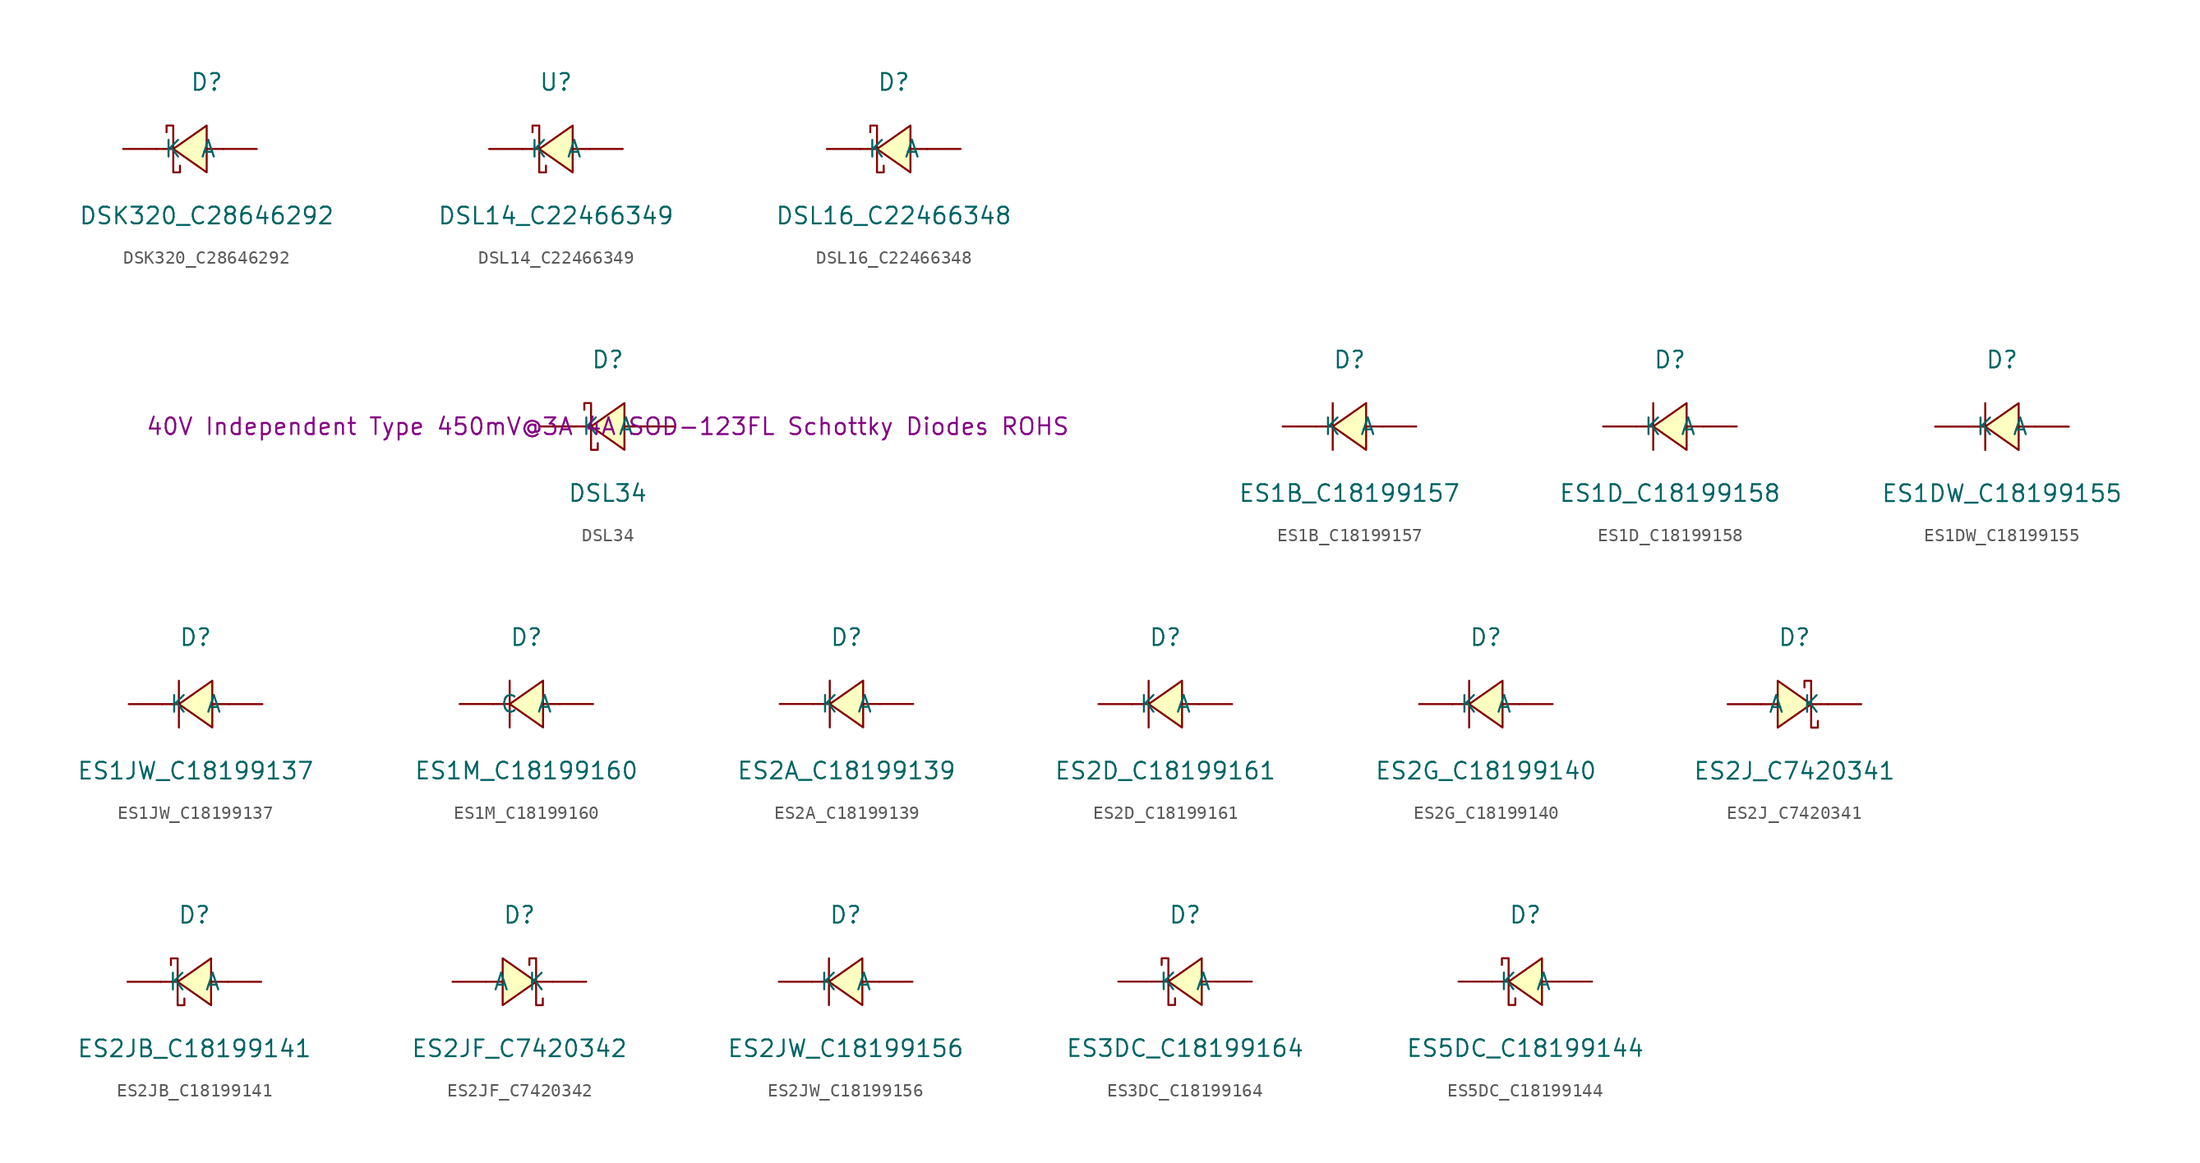
<source format=kicad_sym>
(kicad_symbol_lib
  (version 20241209)
  (generator "kicad_symbol_editor")
  (generator_version "9.0")
  (symbol "DSK320_C28646292"
    (pin_numbers
      (hide yes))
    (property "Reference" "D"
      (at 0 5.08 0)
      (effects (font (size 1.27 1.27))))
    (property "Value" "DSK320_C28646292"
      (at 0 -5.08 0)
      (effects (font (size 1.27 1.27))))
    (symbol "DSK320_C28646292_0_1"
      (polyline (pts (xy -3.05 1.27) (xy -3.05 1.78) (xy -2.54 1.78) (xy -2.54 -1.78) (xy -2.03 -1.78) (xy -2.03 -1.27)) (stroke (width 0) (type default)) (fill (type none)))
      (polyline (pts (xy -2.54 0) (xy -3.81 0)) (stroke (width 0) (type default)) (fill (type none)))
      (polyline (pts (xy 0 1.78) (xy -2.54 0) (xy 0 -1.78) (xy 0 1.78)) (stroke (width 0) (type default)) (fill (type background)))
      (polyline (pts (xy 1.27 0) (xy 0 0)) (stroke (width 0) (type default)) (fill (type none)))
      (pin unspecified line (at -6.35 0 0) (length 2.54) (name "K" (effects (font (size 1.27 1.27)))) (number "1" (effects (font (size 1.27 1.27)))))
      (pin unspecified line (at 3.81 0 180) (length 2.54) (name "A" (effects (font (size 1.27 1.27)))) (number "2" (effects (font (size 1.27 1.27)))))))
  (symbol "DSL14_C22466349"
    (pin_numbers
      (hide yes))
    (property "Reference" "U"
      (at 0 5.08 0)
      (effects (font (size 1.27 1.27))))
    (property "Value" "DSL14_C22466349"
      (at 0 -5.08 0)
      (effects (font (size 1.27 1.27))))
    (symbol "DSL14_C22466349_0_1"
      (polyline (pts (xy -1.78 1.27) (xy -1.78 1.78) (xy -1.27 1.78) (xy -1.27 -1.78) (xy -0.76 -1.78) (xy -0.76 -1.27)) (stroke (width 0) (type default)) (fill (type none)))
      (polyline (pts (xy -1.27 0) (xy -2.54 0)) (stroke (width 0) (type default)) (fill (type none)))
      (polyline (pts (xy 1.27 1.78) (xy -1.27 0) (xy 1.27 -1.78) (xy 1.27 1.78)) (stroke (width 0) (type default)) (fill (type background)))
      (polyline (pts (xy 2.54 0) (xy 1.27 0)) (stroke (width 0) (type default)) (fill (type none)))
      (pin unspecified line (at -5.08 0 0) (length 2.54) (name "K" (effects (font (size 1.27 1.27)))) (number "1" (effects (font (size 1.27 1.27)))))
      (pin unspecified line (at 5.08 0 180) (length 2.54) (name "A" (effects (font (size 1.27 1.27)))) (number "2" (effects (font (size 1.27 1.27)))))))
  (symbol "DSL16_C22466348"
    (pin_numbers
      (hide yes))
    (property "Reference" "D"
      (at 0 5.08 0)
      (effects (font (size 1.27 1.27))))
    (property "Value" "DSL16_C22466348"
      (at 0 -5.08 0)
      (effects (font (size 1.27 1.27))))
    (symbol "DSL16_C22466348_0_1"
      (polyline (pts (xy -1.78 1.27) (xy -1.78 1.78) (xy -1.27 1.78) (xy -1.27 -1.78) (xy -0.76 -1.78) (xy -0.76 -1.27)) (stroke (width 0) (type default)) (fill (type none)))
      (polyline (pts (xy -1.27 0) (xy -2.54 0)) (stroke (width 0) (type default)) (fill (type none)))
      (polyline (pts (xy 1.27 1.78) (xy -1.27 0) (xy 1.27 -1.78) (xy 1.27 1.78)) (stroke (width 0) (type default)) (fill (type background)))
      (polyline (pts (xy 2.54 0) (xy 1.27 0)) (stroke (width 0) (type default)) (fill (type none)))
      (pin unspecified line (at -5.08 0 0) (length 2.54) (name "K" (effects (font (size 1.27 1.27)))) (number "1" (effects (font (size 1.27 1.27)))))
      (pin unspecified line (at 5.08 0 180) (length 2.54) (name "A" (effects (font (size 1.27 1.27)))) (number "2" (effects (font (size 1.27 1.27)))))))
  (symbol "DSL34"
    (pin_numbers
      (hide yes))
    (property "Reference" "D"
      (at 0 5.08 0)
      (effects (font (size 1.27 1.27))))
    (property "Value" "DSL34"
      (at 0 -5.08 0)
      (effects (font (size 1.27 1.27))))
    (property "Description" "40V Independent Type 450mV@3A 4A SOD-123FL Schottky Diodes ROHS"
      (at 0 0 0)
      (effects (font (size 1.27 1.27))))
    (symbol "DSL34_0_1"
      (polyline (pts (xy -1.78 1.27) (xy -1.78 1.78) (xy -1.27 1.78) (xy -1.27 -1.78) (xy -0.76 -1.78) (xy -0.76 -1.27)) (stroke (width 0) (type default)) (fill (type none)))
      (polyline (pts (xy -1.27 0) (xy -2.54 0)) (stroke (width 0) (type default)) (fill (type none)))
      (polyline (pts (xy 1.27 1.78) (xy -1.27 0) (xy 1.27 -1.78) (xy 1.27 1.78)) (stroke (width 0) (type default)) (fill (type background)))
      (polyline (pts (xy 2.54 0) (xy 1.27 0)) (stroke (width 0) (type default)) (fill (type none)))
      (pin unspecified line (at -5.08 0 0) (length 2.54) (name "K" (effects (font (size 1.27 1.27)))) (number "1" (effects (font (size 1.27 1.27)))))
      (pin unspecified line (at 5.08 0 180) (length 2.54) (name "A" (effects (font (size 1.27 1.27)))) (number "2" (effects (font (size 1.27 1.27)))))))
  (symbol "ES1B_C18199157"
    (pin_numbers
      (hide yes))
    (property "Reference" "D"
      (at 0 5.08 0)
      (effects (font (size 1.27 1.27))))
    (property "Value" "ES1B_C18199157"
      (at 0 -5.08 0)
      (effects (font (size 1.27 1.27))))
    (symbol "ES1B_C18199157_0_1"
      (polyline (pts (xy -1.27 1.78) (xy -1.27 -1.78)) (stroke (width 0) (type default)) (fill (type none)))
      (polyline (pts (xy -1.27 0) (xy -2.54 0)) (stroke (width 0) (type default)) (fill (type none)))
      (polyline (pts (xy 1.27 1.78) (xy -1.27 0) (xy 1.27 -1.78) (xy 1.27 1.78)) (stroke (width 0) (type default)) (fill (type background)))
      (polyline (pts (xy 2.54 0) (xy 1.27 0)) (stroke (width 0) (type default)) (fill (type none)))
      (pin unspecified line (at -5.08 0 0) (length 2.54) (name "K" (effects (font (size 1.27 1.27)))) (number "1" (effects (font (size 1.27 1.27)))))
      (pin unspecified line (at 5.08 0 180) (length 2.54) (name "A" (effects (font (size 1.27 1.27)))) (number "2" (effects (font (size 1.27 1.27)))))))
  (symbol "ES1D_C18199158"
    (pin_numbers
      (hide yes))
    (property "Reference" "D"
      (at 0 5.08 0)
      (effects (font (size 1.27 1.27))))
    (property "Value" "ES1D_C18199158"
      (at 0 -5.08 0)
      (effects (font (size 1.27 1.27))))
    (symbol "ES1D_C18199158_0_1"
      (polyline (pts (xy -1.27 1.78) (xy -1.27 -1.78)) (stroke (width 0) (type default)) (fill (type none)))
      (polyline (pts (xy -1.27 0) (xy -2.54 0)) (stroke (width 0) (type default)) (fill (type none)))
      (polyline (pts (xy 1.27 1.78) (xy -1.27 0) (xy 1.27 -1.78) (xy 1.27 1.78)) (stroke (width 0) (type default)) (fill (type background)))
      (polyline (pts (xy 2.54 0) (xy 1.27 0)) (stroke (width 0) (type default)) (fill (type none)))
      (pin unspecified line (at -5.08 0 0) (length 2.54) (name "K" (effects (font (size 1.27 1.27)))) (number "1" (effects (font (size 1.27 1.27)))))
      (pin unspecified line (at 5.08 0 180) (length 2.54) (name "A" (effects (font (size 1.27 1.27)))) (number "2" (effects (font (size 1.27 1.27)))))))
  (symbol "ES1DW_C18199155"
    (pin_numbers
      (hide yes))
    (property "Reference" "D"
      (at 0 5.08 0)
      (effects (font (size 1.27 1.27))))
    (property "Value" "ES1DW_C18199155"
      (at 0 -5.08 0)
      (effects (font (size 1.27 1.27))))
    (symbol "ES1DW_C18199155_0_1"
      (polyline (pts (xy -1.27 1.78) (xy -1.27 -1.78)) (stroke (width 0) (type default)) (fill (type none)))
      (polyline (pts (xy -1.27 0) (xy -2.54 0)) (stroke (width 0) (type default)) (fill (type none)))
      (polyline (pts (xy 1.27 1.78) (xy -1.27 0) (xy 1.27 -1.78) (xy 1.27 1.78)) (stroke (width 0) (type default)) (fill (type background)))
      (polyline (pts (xy 2.54 0) (xy 1.27 0)) (stroke (width 0) (type default)) (fill (type none)))
      (pin unspecified line (at -5.08 0 0) (length 2.54) (name "K" (effects (font (size 1.27 1.27)))) (number "1" (effects (font (size 1.27 1.27)))))
      (pin unspecified line (at 5.08 0 180) (length 2.54) (name "A" (effects (font (size 1.27 1.27)))) (number "2" (effects (font (size 1.27 1.27)))))))
  (symbol "ES1JW_C18199137"
    (pin_numbers
      (hide yes))
    (property "Reference" "D"
      (at 0 5.08 0)
      (effects (font (size 1.27 1.27))))
    (property "Value" "ES1JW_C18199137"
      (at 0 -5.08 0)
      (effects (font (size 1.27 1.27))))
    (symbol "ES1JW_C18199137_0_1"
      (polyline (pts (xy -1.27 1.78) (xy -1.27 -1.78)) (stroke (width 0) (type default)) (fill (type none)))
      (polyline (pts (xy -1.27 0) (xy -2.54 0)) (stroke (width 0) (type default)) (fill (type none)))
      (polyline (pts (xy 1.27 1.78) (xy -1.27 0) (xy 1.27 -1.78) (xy 1.27 1.78)) (stroke (width 0) (type default)) (fill (type background)))
      (polyline (pts (xy 2.54 0) (xy 1.27 0)) (stroke (width 0) (type default)) (fill (type none)))
      (pin unspecified line (at -5.08 0 0) (length 2.54) (name "K" (effects (font (size 1.27 1.27)))) (number "1" (effects (font (size 1.27 1.27)))))
      (pin unspecified line (at 5.08 0 180) (length 2.54) (name "A" (effects (font (size 1.27 1.27)))) (number "2" (effects (font (size 1.27 1.27)))))))
  (symbol "ES1M_C18199160"
    (pin_numbers
      (hide yes))
    (property "Reference" "D"
      (at 0 5.08 0)
      (effects (font (size 1.27 1.27))))
    (property "Value" "ES1M_C18199160"
      (at 0 -5.08 0)
      (effects (font (size 1.27 1.27))))
    (symbol "ES1M_C18199160_0_1"
      (polyline (pts (xy -1.27 1.78) (xy -1.27 -1.78)) (stroke (width 0) (type default)) (fill (type none)))
      (polyline (pts (xy -1.27 0) (xy -2.54 0)) (stroke (width 0) (type default)) (fill (type none)))
      (polyline (pts (xy 1.27 1.78) (xy -1.27 0) (xy 1.27 -1.78) (xy 1.27 1.78)) (stroke (width 0) (type default)) (fill (type background)))
      (polyline (pts (xy 2.54 0) (xy 1.27 0)) (stroke (width 0) (type default)) (fill (type none)))
      (pin unspecified line (at -5.08 0 0) (length 2.54) (name "C" (effects (font (size 1.27 1.27)))) (number "1" (effects (font (size 1.27 1.27)))))
      (pin unspecified line (at 5.08 0 180) (length 2.54) (name "A" (effects (font (size 1.27 1.27)))) (number "2" (effects (font (size 1.27 1.27)))))))
  (symbol "ES2A_C18199139"
    (pin_numbers
      (hide yes))
    (property "Reference" "D"
      (at 0 5.08 0)
      (effects (font (size 1.27 1.27))))
    (property "Value" "ES2A_C18199139"
      (at 0 -5.08 0)
      (effects (font (size 1.27 1.27))))
    (symbol "ES2A_C18199139_0_1"
      (polyline (pts (xy -1.27 1.78) (xy -1.27 -1.78)) (stroke (width 0) (type default)) (fill (type none)))
      (polyline (pts (xy -1.27 0) (xy -2.54 0)) (stroke (width 0) (type default)) (fill (type none)))
      (polyline (pts (xy 1.27 1.78) (xy -1.27 0) (xy 1.27 -1.78) (xy 1.27 1.78)) (stroke (width 0) (type default)) (fill (type background)))
      (polyline (pts (xy 2.54 0) (xy 1.27 0)) (stroke (width 0) (type default)) (fill (type none)))
      (pin unspecified line (at -5.08 0 0) (length 2.54) (name "K" (effects (font (size 1.27 1.27)))) (number "1" (effects (font (size 1.27 1.27)))))
      (pin unspecified line (at 5.08 0 180) (length 2.54) (name "A" (effects (font (size 1.27 1.27)))) (number "2" (effects (font (size 1.27 1.27)))))))
  (symbol "ES2D_C18199161"
    (pin_numbers
      (hide yes))
    (property "Reference" "D"
      (at 0 5.08 0)
      (effects (font (size 1.27 1.27))))
    (property "Value" "ES2D_C18199161"
      (at 0 -5.08 0)
      (effects (font (size 1.27 1.27))))
    (symbol "ES2D_C18199161_0_1"
      (polyline (pts (xy -1.27 1.78) (xy -1.27 -1.78)) (stroke (width 0) (type default)) (fill (type none)))
      (polyline (pts (xy -1.27 0) (xy -2.54 0)) (stroke (width 0) (type default)) (fill (type none)))
      (polyline (pts (xy 1.27 1.78) (xy -1.27 0) (xy 1.27 -1.78) (xy 1.27 1.78)) (stroke (width 0) (type default)) (fill (type background)))
      (polyline (pts (xy 2.54 0) (xy 1.27 0)) (stroke (width 0) (type default)) (fill (type none)))
      (pin unspecified line (at -5.08 0 0) (length 2.54) (name "K" (effects (font (size 1.27 1.27)))) (number "1" (effects (font (size 1.27 1.27)))))
      (pin unspecified line (at 5.08 0 180) (length 2.54) (name "A" (effects (font (size 1.27 1.27)))) (number "2" (effects (font (size 1.27 1.27)))))))
  (symbol "ES2G_C18199140"
    (pin_numbers
      (hide yes))
    (property "Reference" "D"
      (at 0 5.08 0)
      (effects (font (size 1.27 1.27))))
    (property "Value" "ES2G_C18199140"
      (at 0 -5.08 0)
      (effects (font (size 1.27 1.27))))
    (symbol "ES2G_C18199140_0_1"
      (polyline (pts (xy -1.27 1.78) (xy -1.27 -1.78)) (stroke (width 0) (type default)) (fill (type none)))
      (polyline (pts (xy -1.27 0) (xy -2.54 0)) (stroke (width 0) (type default)) (fill (type none)))
      (polyline (pts (xy 1.27 1.78) (xy -1.27 0) (xy 1.27 -1.78) (xy 1.27 1.78)) (stroke (width 0) (type default)) (fill (type background)))
      (polyline (pts (xy 2.54 0) (xy 1.27 0)) (stroke (width 0) (type default)) (fill (type none)))
      (pin unspecified line (at -5.08 0 0) (length 2.54) (name "K" (effects (font (size 1.27 1.27)))) (number "1" (effects (font (size 1.27 1.27)))))
      (pin unspecified line (at 5.08 0 180) (length 2.54) (name "A" (effects (font (size 1.27 1.27)))) (number "2" (effects (font (size 1.27 1.27)))))))
  (symbol "ES2J_C7420341"
    (pin_numbers
      (hide yes))
    (property "Reference" "D"
      (at 0 5.08 0)
      (effects (font (size 1.27 1.27))))
    (property "Value" "ES2J_C7420341"
      (at 0 -5.08 0)
      (effects (font (size 1.27 1.27))))
    (symbol "ES2J_C7420341_0_1"
      (polyline (pts (xy -2.54 0) (xy -1.27 0)) (stroke (width 0) (type default)) (fill (type none)))
      (polyline (pts (xy -1.27 -1.78) (xy 1.27 0) (xy -1.27 1.78) (xy -1.27 -1.78)) (stroke (width 0) (type default)) (fill (type background)))
      (polyline (pts (xy 1.27 0) (xy 2.54 0)) (stroke (width 0) (type default)) (fill (type none)))
      (polyline (pts (xy 1.78 -1.27) (xy 1.78 -1.78) (xy 1.27 -1.78) (xy 1.27 1.78) (xy 0.76 1.78) (xy 0.76 1.27)) (stroke (width 0) (type default)) (fill (type none)))
      (pin unspecified line (at -5.08 0 0) (length 2.54) (name "A" (effects (font (size 1.27 1.27)))) (number "1" (effects (font (size 1.27 1.27)))))
      (pin unspecified line (at 5.08 0 180) (length 2.54) (name "K" (effects (font (size 1.27 1.27)))) (number "2" (effects (font (size 1.27 1.27)))))))
  (symbol "ES2JB_C18199141"
    (pin_numbers
      (hide yes))
    (property "Reference" "D"
      (at 0 5.08 0)
      (effects (font (size 1.27 1.27))))
    (property "Value" "ES2JB_C18199141"
      (at 0 -5.08 0)
      (effects (font (size 1.27 1.27))))
    (symbol "ES2JB_C18199141_0_1"
      (polyline (pts (xy -1.78 1.27) (xy -1.78 1.78) (xy -1.27 1.78) (xy -1.27 -1.78) (xy -0.76 -1.78) (xy -0.76 -1.27)) (stroke (width 0) (type default)) (fill (type none)))
      (polyline (pts (xy -1.27 0) (xy -2.54 0)) (stroke (width 0) (type default)) (fill (type none)))
      (polyline (pts (xy 1.27 1.78) (xy -1.27 0) (xy 1.27 -1.78) (xy 1.27 1.78)) (stroke (width 0) (type default)) (fill (type background)))
      (polyline (pts (xy 2.54 0) (xy 1.27 0)) (stroke (width 0) (type default)) (fill (type none)))
      (pin unspecified line (at -5.08 0 0) (length 2.54) (name "K" (effects (font (size 1.27 1.27)))) (number "1" (effects (font (size 1.27 1.27)))))
      (pin unspecified line (at 5.08 0 180) (length 2.54) (name "A" (effects (font (size 1.27 1.27)))) (number "2" (effects (font (size 1.27 1.27)))))))
  (symbol "ES2JF_C7420342"
    (pin_numbers
      (hide yes))
    (property "Reference" "D"
      (at 0 5.08 0)
      (effects (font (size 1.27 1.27))))
    (property "Value" "ES2JF_C7420342"
      (at 0 -5.08 0)
      (effects (font (size 1.27 1.27))))
    (symbol "ES2JF_C7420342_0_1"
      (polyline (pts (xy -2.54 0) (xy -1.27 0)) (stroke (width 0) (type default)) (fill (type none)))
      (polyline (pts (xy -1.27 -1.78) (xy 1.27 0) (xy -1.27 1.78) (xy -1.27 -1.78)) (stroke (width 0) (type default)) (fill (type background)))
      (polyline (pts (xy 1.27 0) (xy 2.54 0)) (stroke (width 0) (type default)) (fill (type none)))
      (polyline (pts (xy 1.78 -1.27) (xy 1.78 -1.78) (xy 1.27 -1.78) (xy 1.27 1.78) (xy 0.76 1.78) (xy 0.76 1.27)) (stroke (width 0) (type default)) (fill (type none)))
      (pin unspecified line (at -5.08 0 0) (length 2.54) (name "A" (effects (font (size 1.27 1.27)))) (number "1" (effects (font (size 1.27 1.27)))))
      (pin unspecified line (at 5.08 0 180) (length 2.54) (name "K" (effects (font (size 1.27 1.27)))) (number "2" (effects (font (size 1.27 1.27)))))))
  (symbol "ES2JW_C18199156"
    (pin_numbers
      (hide yes))
    (property "Reference" "D"
      (at 0 5.08 0)
      (effects (font (size 1.27 1.27))))
    (property "Value" "ES2JW_C18199156"
      (at 0 -5.08 0)
      (effects (font (size 1.27 1.27))))
    (symbol "ES2JW_C18199156_0_1"
      (polyline (pts (xy -1.27 1.78) (xy -1.27 -1.78)) (stroke (width 0) (type default)) (fill (type none)))
      (polyline (pts (xy -1.27 0) (xy -2.54 0)) (stroke (width 0) (type default)) (fill (type none)))
      (polyline (pts (xy 1.27 1.78) (xy -1.27 0) (xy 1.27 -1.78) (xy 1.27 1.78)) (stroke (width 0) (type default)) (fill (type background)))
      (polyline (pts (xy 2.54 0) (xy 1.27 0)) (stroke (width 0) (type default)) (fill (type none)))
      (pin unspecified line (at -5.08 0 0) (length 2.54) (name "K" (effects (font (size 1.27 1.27)))) (number "1" (effects (font (size 1.27 1.27)))))
      (pin unspecified line (at 5.08 0 180) (length 2.54) (name "A" (effects (font (size 1.27 1.27)))) (number "2" (effects (font (size 1.27 1.27)))))))
  (symbol "ES3DC_C18199164"
    (pin_numbers
      (hide yes))
    (property "Reference" "D"
      (at 0 5.08 0)
      (effects (font (size 1.27 1.27))))
    (property "Value" "ES3DC_C18199164"
      (at 0 -5.08 0)
      (effects (font (size 1.27 1.27))))
    (symbol "ES3DC_C18199164_0_1"
      (polyline (pts (xy -1.78 1.27) (xy -1.78 1.78) (xy -1.27 1.78) (xy -1.27 -1.78) (xy -0.76 -1.78) (xy -0.76 -1.27)) (stroke (width 0) (type default)) (fill (type none)))
      (polyline (pts (xy -1.27 0) (xy -2.54 0)) (stroke (width 0) (type default)) (fill (type none)))
      (polyline (pts (xy 1.27 1.78) (xy -1.27 0) (xy 1.27 -1.78) (xy 1.27 1.78)) (stroke (width 0) (type default)) (fill (type background)))
      (polyline (pts (xy 2.54 0) (xy 1.27 0)) (stroke (width 0) (type default)) (fill (type none)))
      (pin unspecified line (at -5.08 0 0) (length 2.54) (name "K" (effects (font (size 1.27 1.27)))) (number "1" (effects (font (size 1.27 1.27)))))
      (pin unspecified line (at 5.08 0 180) (length 2.54) (name "A" (effects (font (size 1.27 1.27)))) (number "2" (effects (font (size 1.27 1.27)))))))
  (symbol "ES5DC_C18199144"
    (pin_numbers
      (hide yes))
    (property "Reference" "D"
      (at 0 5.08 0)
      (effects (font (size 1.27 1.27))))
    (property "Value" "ES5DC_C18199144"
      (at 0 -5.08 0)
      (effects (font (size 1.27 1.27))))
    (symbol "ES5DC_C18199144_0_1"
      (polyline (pts (xy -1.78 1.27) (xy -1.78 1.78) (xy -1.27 1.78) (xy -1.27 -1.78) (xy -0.76 -1.78) (xy -0.76 -1.27)) (stroke (width 0) (type default)) (fill (type none)))
      (polyline (pts (xy -1.27 0) (xy -2.54 0)) (stroke (width 0) (type default)) (fill (type none)))
      (polyline (pts (xy 1.27 1.78) (xy -1.27 0) (xy 1.27 -1.78) (xy 1.27 1.78)) (stroke (width 0) (type default)) (fill (type background)))
      (polyline (pts (xy 2.54 0) (xy 1.27 0)) (stroke (width 0) (type default)) (fill (type none)))
      (pin unspecified line (at -5.08 0 0) (length 2.54) (name "K" (effects (font (size 1.27 1.27)))) (number "1" (effects (font (size 1.27 1.27)))))
      (pin unspecified line (at 5.08 0 180) (length 2.54) (name "A" (effects (font (size 1.27 1.27)))) (number "2" (effects (font (size 1.27 1.27))))))))
</source>
